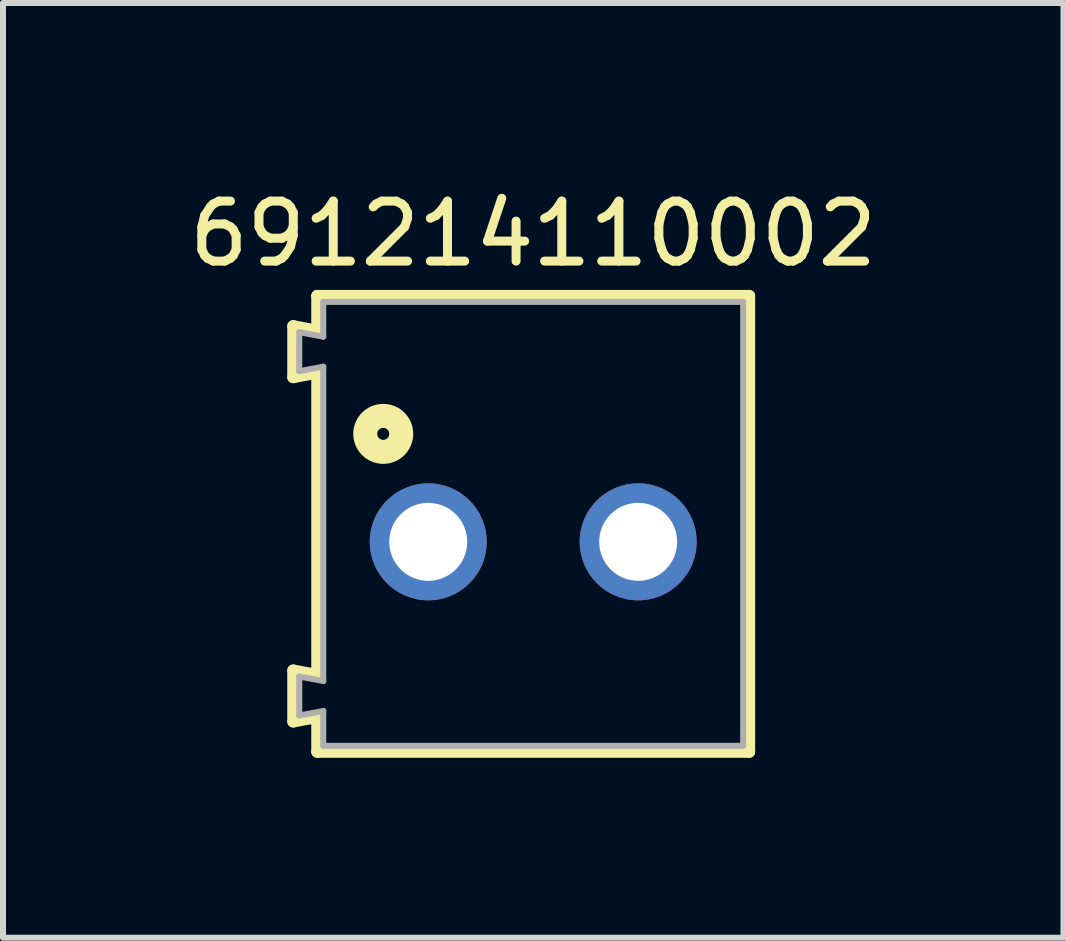
<source format=kicad_pcb>
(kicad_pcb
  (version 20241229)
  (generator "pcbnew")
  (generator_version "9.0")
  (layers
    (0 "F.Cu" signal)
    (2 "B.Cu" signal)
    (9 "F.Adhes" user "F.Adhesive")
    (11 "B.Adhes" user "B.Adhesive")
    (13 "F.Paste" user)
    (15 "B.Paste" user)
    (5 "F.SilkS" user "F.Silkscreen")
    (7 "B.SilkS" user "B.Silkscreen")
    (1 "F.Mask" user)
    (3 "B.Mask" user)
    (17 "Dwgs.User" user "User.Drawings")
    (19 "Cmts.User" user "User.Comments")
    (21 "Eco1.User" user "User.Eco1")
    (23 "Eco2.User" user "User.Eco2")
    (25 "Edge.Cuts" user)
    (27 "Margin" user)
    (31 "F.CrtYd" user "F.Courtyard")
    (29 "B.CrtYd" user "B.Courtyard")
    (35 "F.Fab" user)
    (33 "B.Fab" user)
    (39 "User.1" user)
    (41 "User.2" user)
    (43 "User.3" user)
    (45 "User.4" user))
  (footprint "691214110002"
    (layer "F.Cu")
    (at 5.839 5.983)
    (property "Reference" "691214110002" (at 0 -5.135 0) (layer "F.SilkS") (effects (font (size 1 1) (thickness 0.15))))
    (attr through_hole)
    (fp_line (start -4 -3.595) (end -3.6 -3.52) (stroke (width 0.2) (type solid)) (layer "F.SilkS"))
    (fp_line (start -4 -2.745) (end -4 -3.595) (stroke (width 0.2) (type solid)) (layer "F.SilkS"))
    (fp_line (start -4 2.145) (end -3.6 2.22) (stroke (width 0.2) (type solid)) (layer "F.SilkS"))
    (fp_line (start -4 2.995) (end -4 2.145) (stroke (width 0.2) (type solid)) (layer "F.SilkS"))
    (fp_line (start -3.6 -4.1) (end 3.6 -4.1) (stroke (width 0.2) (type solid)) (layer "F.SilkS"))
    (fp_line (start -3.6 -3.52) (end -3.6 -4.1) (stroke (width 0.2) (type solid)) (layer "F.SilkS"))
    (fp_line (start -3.6 -2.82) (end -4 -2.745) (stroke (width 0.2) (type solid)) (layer "F.SilkS"))
    (fp_line (start -3.6 2.22) (end -3.6 -2.82) (stroke (width 0.2) (type solid)) (layer "F.SilkS"))
    (fp_line (start -3.6 2.92) (end -4 2.995) (stroke (width 0.2) (type solid)) (layer "F.SilkS"))
    (fp_line (start -3.6 3.5) (end -3.6 2.92) (stroke (width 0.2) (type solid)) (layer "F.SilkS"))
    (fp_line (start 3.6 -4.1) (end 3.6 3.5) (stroke (width 0.2) (type solid)) (layer "F.SilkS"))
    (fp_line (start 3.6 3.5) (end -3.6 3.5) (stroke (width 0.2) (type solid)) (layer "F.SilkS"))
    (fp_circle (center -2.5 -1.8) (end -2.4 -1.8) (stroke (width 0.4) (type solid)) (fill no) (layer "F.SilkS"))
    (fp_line (start -3.9 -3.495) (end -3.9 -2.845) (stroke (width 0.1) (type solid)) (layer "F.Fab"))
    (fp_line (start -3.9 -2.845) (end -3.5 -2.92) (stroke (width 0.1) (type solid)) (layer "F.Fab"))
    (fp_line (start -3.9 2.245) (end -3.9 2.895) (stroke (width 0.1) (type solid)) (layer "F.Fab"))
    (fp_line (start -3.9 2.245) (end -3.5 2.32) (stroke (width 0.1) (type solid)) (layer "F.Fab"))
    (fp_line (start -3.9 2.895) (end -3.5 2.82) (stroke (width 0.1) (type solid)) (layer "F.Fab"))
    (fp_line (start -3.5 -4) (end -3.5 -3.42) (stroke (width 0.1) (type solid)) (layer "F.Fab"))
    (fp_line (start -3.5 -3.42) (end -3.9 -3.495) (stroke (width 0.1) (type solid)) (layer "F.Fab"))
    (fp_line (start -3.5 -2.92) (end -3.5 2.32) (stroke (width 0.1) (type solid)) (layer "F.Fab"))
    (fp_line (start -3.5 2.82) (end -3.5 3.4) (stroke (width 0.1) (type solid)) (layer "F.Fab"))
    (fp_line (start -3.5 3.4) (end 3.5 3.4) (stroke (width 0.1) (type solid)) (layer "F.Fab"))
    (fp_line (start 3.5 -4) (end -3.5 -4) (stroke (width 0.1) (type solid)) (layer "F.Fab"))
    (fp_line (start 3.5 3.4) (end 3.5 -4) (stroke (width 0.1) (type solid)) (layer "F.Fab"))
    (pad "1" thru_hole circle (at -1.75 0) (size 1.95 1.95) (drill 1.3) (layers "*.Cu" "*.Mask"))
    (pad "2" thru_hole circle (at 1.75 0) (size 1.95 1.95) (drill 1.3) (layers "*.Cu" "*.Mask")))
  (gr_rect
    (start -3 -3)
    (end 14.679 12.583)
    (stroke (width 0.1) (type default))
    (fill no)
    (layer "Edge.Cuts")))
</source>
